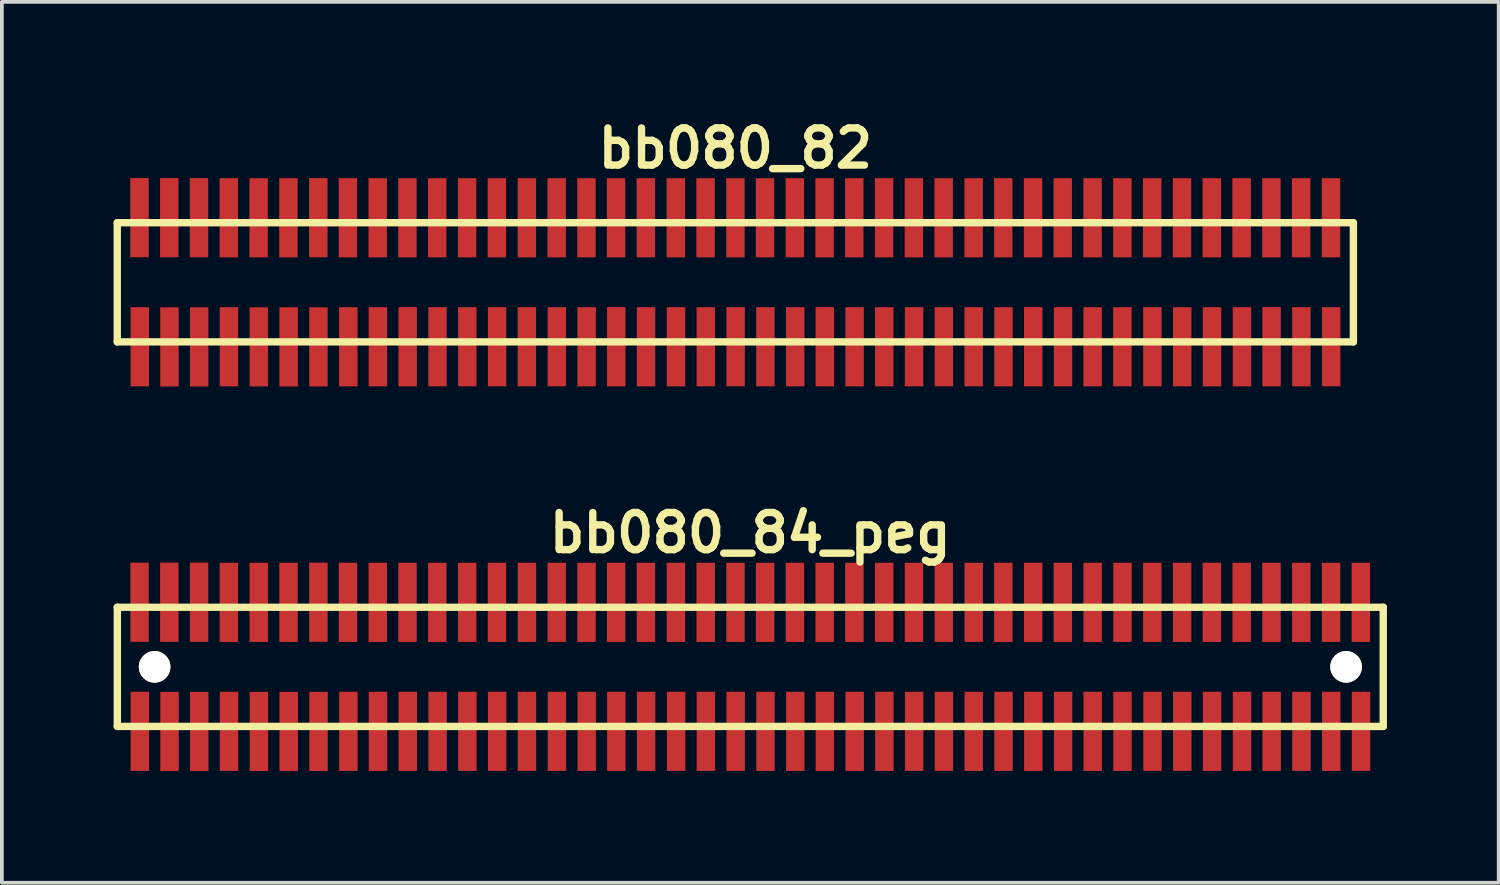
<source format=kicad_pcb>
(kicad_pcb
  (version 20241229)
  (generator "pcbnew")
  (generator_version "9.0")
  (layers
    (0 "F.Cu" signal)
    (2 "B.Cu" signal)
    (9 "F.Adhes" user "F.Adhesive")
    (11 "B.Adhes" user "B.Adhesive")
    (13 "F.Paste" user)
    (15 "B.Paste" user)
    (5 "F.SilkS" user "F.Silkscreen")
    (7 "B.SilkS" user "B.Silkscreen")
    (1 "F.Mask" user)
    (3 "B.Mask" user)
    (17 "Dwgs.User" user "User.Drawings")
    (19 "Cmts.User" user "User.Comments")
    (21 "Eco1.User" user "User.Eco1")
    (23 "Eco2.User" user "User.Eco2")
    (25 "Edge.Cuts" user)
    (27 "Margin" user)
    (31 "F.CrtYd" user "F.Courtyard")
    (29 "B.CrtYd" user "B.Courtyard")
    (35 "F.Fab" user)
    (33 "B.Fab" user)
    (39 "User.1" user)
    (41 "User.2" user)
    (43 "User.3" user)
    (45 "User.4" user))
  (footprint "bb080_84_peg"
    (layer "F.Cu")
    (at 17.099 14.859)
    (property "Reference" "bb080_84_peg" (at 0 -3.599 0) (layer "F.SilkS") (effects (font (size 0.998 0.998) (thickness 0.198))))
    (attr through_hole)
    (fp_line (start -17 -1.6) (end 17 -1.6) (stroke (width 0.198) (type solid)) (layer "F.SilkS"))
    (fp_line (start -16.998 -1.6) (end -16.998 1.6) (stroke (width 0.198) (type solid)) (layer "F.SilkS"))
    (fp_line (start 17 1.6) (end -17 1.6) (stroke (width 0.198) (type solid)) (layer "F.SilkS"))
    (fp_line (start 17 1.6) (end 17 -1.6) (stroke (width 0.198) (type solid)) (layer "F.SilkS"))
    (pad "" np_thru_hole circle (at -15.997 0) (size 0.848 0.848) (drill 0.848) (layers "*.Cu" "*.Mask" "F.SilkS"))
    (pad "" np_thru_hole circle (at 16.002 0) (size 0.848 0.848) (drill 0.848) (layers "*.Cu" "*.Mask" "F.SilkS"))
    (pad "1" smd rect (at -16.393 1.732) (size 0.495 2.126) (layers "F.Cu" "F.Mask" "F.Paste"))
    (pad "2" smd rect (at -16.401 -1.735) (size 0.495 2.126) (layers "F.Cu" "F.Mask" "F.Paste"))
    (pad "3" smd rect (at -15.596 1.735) (size 0.495 2.126) (layers "F.Cu" "F.Mask" "F.Paste"))
    (pad "4" smd rect (at -15.601 -1.735) (size 0.495 2.126) (layers "F.Cu" "F.Mask" "F.Paste"))
    (pad "5" smd rect (at -14.798 1.735) (size 0.495 2.126) (layers "F.Cu" "F.Mask" "F.Paste"))
    (pad "6" smd rect (at -14.803 -1.735) (size 0.495 2.126) (layers "F.Cu" "F.Mask" "F.Paste"))
    (pad "7" smd rect (at -13.998 1.732) (size 0.495 2.126) (layers "F.Cu" "F.Mask" "F.Paste"))
    (pad "8" smd rect (at -14.003 -1.732) (size 0.495 2.126) (layers "F.Cu" "F.Mask" "F.Paste"))
    (pad "9" smd rect (at -13.195 1.735) (size 0.495 2.126) (layers "F.Cu" "F.Mask" "F.Paste"))
    (pad "10" smd rect (at -13.2 -1.732) (size 0.495 2.126) (layers "F.Cu" "F.Mask" "F.Paste"))
    (pad "11" smd rect (at -12.395 1.735) (size 0.495 2.126) (layers "F.Cu" "F.Mask" "F.Paste"))
    (pad "12" smd rect (at -12.4 -1.732) (size 0.495 2.126) (layers "F.Cu" "F.Mask" "F.Paste"))
    (pad "13" smd rect (at -11.595 1.735) (size 0.495 2.126) (layers "F.Cu" "F.Mask" "F.Paste"))
    (pad "14" smd rect (at -11.598 -1.735) (size 0.495 2.126) (layers "F.Cu" "F.Mask" "F.Paste"))
    (pad "15" smd rect (at -10.792 1.732) (size 0.495 2.126) (layers "F.Cu" "F.Mask" "F.Paste"))
    (pad "16" smd rect (at -10.803 -1.732) (size 0.495 2.126) (layers "F.Cu" "F.Mask" "F.Paste"))
    (pad "17" smd rect (at -9.997 1.732) (size 0.495 2.126) (layers "F.Cu" "F.Mask" "F.Paste"))
    (pad "18" smd rect (at -10.003 -1.732) (size 0.495 2.126) (layers "F.Cu" "F.Mask" "F.Paste"))
    (pad "19" smd rect (at -9.197 1.732) (size 0.495 2.126) (layers "F.Cu" "F.Mask" "F.Paste"))
    (pad "20" smd rect (at -9.205 -1.732) (size 0.495 2.126) (layers "F.Cu" "F.Mask" "F.Paste"))
    (pad "21" smd rect (at -8.397 1.732) (size 0.495 2.126) (layers "F.Cu" "F.Mask" "F.Paste"))
    (pad "22" smd rect (at -8.405 -1.732) (size 0.495 2.126) (layers "F.Cu" "F.Mask" "F.Paste"))
    (pad "23" smd rect (at -7.597 1.732) (size 0.495 2.126) (layers "F.Cu" "F.Mask" "F.Paste"))
    (pad "24" smd rect (at -7.602 -1.732) (size 0.495 2.126) (layers "F.Cu" "F.Mask" "F.Paste"))
    (pad "25" smd rect (at -6.797 1.732) (size 0.495 2.126) (layers "F.Cu" "F.Mask" "F.Paste"))
    (pad "26" smd rect (at -6.802 -1.732) (size 0.495 2.126) (layers "F.Cu" "F.Mask" "F.Paste"))
    (pad "27" smd rect (at -5.997 1.732) (size 0.495 2.126) (layers "F.Cu" "F.Mask" "F.Paste"))
    (pad "28" smd rect (at -5.997 -1.732) (size 0.495 2.126) (layers "F.Cu" "F.Mask" "F.Paste"))
    (pad "29" smd rect (at -5.192 1.732) (size 0.495 2.126) (layers "F.Cu" "F.Mask" "F.Paste"))
    (pad "30" smd rect (at -5.197 -1.732) (size 0.495 2.126) (layers "F.Cu" "F.Mask" "F.Paste"))
    (pad "31" smd rect (at -4.392 1.732) (size 0.495 2.126) (layers "F.Cu" "F.Mask" "F.Paste"))
    (pad "32" smd rect (at -4.397 -1.732) (size 0.495 2.126) (layers "F.Cu" "F.Mask" "F.Paste"))
    (pad "33" smd rect (at -3.597 1.732) (size 0.495 2.126) (layers "F.Cu" "F.Mask" "F.Paste"))
    (pad "34" smd rect (at -3.602 -1.732) (size 0.495 2.126) (layers "F.Cu" "F.Mask" "F.Paste"))
    (pad "35" smd rect (at -2.797 1.732) (size 0.495 2.126) (layers "F.Cu" "F.Mask" "F.Paste"))
    (pad "36" smd rect (at -2.802 -1.732) (size 0.495 2.126) (layers "F.Cu" "F.Mask" "F.Paste"))
    (pad "37" smd rect (at -1.991 1.732) (size 0.495 2.126) (layers "F.Cu" "F.Mask" "F.Paste"))
    (pad "38" smd rect (at -1.996 -1.732) (size 0.495 2.126) (layers "F.Cu" "F.Mask" "F.Paste"))
    (pad "39" smd rect (at -1.191 1.732) (size 0.495 2.126) (layers "F.Cu" "F.Mask" "F.Paste"))
    (pad "40" smd rect (at -1.196 -1.732) (size 0.495 2.126) (layers "F.Cu" "F.Mask" "F.Paste"))
    (pad "41" smd rect (at -0.391 1.732) (size 0.495 2.126) (layers "F.Cu" "F.Mask" "F.Paste"))
    (pad "42" smd rect (at -0.396 -1.732) (size 0.495 2.126) (layers "F.Cu" "F.Mask" "F.Paste"))
    (pad "43" smd rect (at 0.409 1.732) (size 0.495 2.126) (layers "F.Cu" "F.Mask" "F.Paste"))
    (pad "44" smd rect (at 0.399 -1.732) (size 0.495 2.126) (layers "F.Cu" "F.Mask" "F.Paste"))
    (pad "45" smd rect (at 1.209 1.732) (size 0.495 2.126) (layers "F.Cu" "F.Mask" "F.Paste"))
    (pad "46" smd rect (at 1.199 -1.732) (size 0.495 2.126) (layers "F.Cu" "F.Mask" "F.Paste"))
    (pad "47" smd rect (at 2.004 1.732) (size 0.495 2.126) (layers "F.Cu" "F.Mask" "F.Paste"))
    (pad "48" smd rect (at 1.999 -1.732) (size 0.495 2.126) (layers "F.Cu" "F.Mask" "F.Paste"))
    (pad "49" smd rect (at 2.804 1.732) (size 0.495 2.126) (layers "F.Cu" "F.Mask" "F.Paste"))
    (pad "50" smd rect (at 2.797 -1.732) (size 0.495 2.126) (layers "F.Cu" "F.Mask" "F.Paste"))
    (pad "51" smd rect (at 3.602 1.732) (size 0.495 2.126) (layers "F.Cu" "F.Mask" "F.Paste"))
    (pad "52" smd rect (at 3.597 -1.732) (size 0.495 2.126) (layers "F.Cu" "F.Mask" "F.Paste"))
    (pad "53" smd rect (at 4.402 1.732) (size 0.495 2.126) (layers "F.Cu" "F.Mask" "F.Paste"))
    (pad "54" smd rect (at 4.397 -1.732) (size 0.495 2.126) (layers "F.Cu" "F.Mask" "F.Paste"))
    (pad "55" smd rect (at 5.202 1.732) (size 0.495 2.126) (layers "F.Cu" "F.Mask" "F.Paste"))
    (pad "56" smd rect (at 5.197 -1.732) (size 0.495 2.126) (layers "F.Cu" "F.Mask" "F.Paste"))
    (pad "57" smd rect (at 6.002 1.732) (size 0.495 2.126) (layers "F.Cu" "F.Mask" "F.Paste"))
    (pad "58" smd rect (at 6.002 -1.732) (size 0.495 2.126) (layers "F.Cu" "F.Mask" "F.Paste"))
    (pad "59" smd rect (at 6.802 1.732) (size 0.495 2.126) (layers "F.Cu" "F.Mask" "F.Paste"))
    (pad "60" smd rect (at 6.797 -1.732) (size 0.495 2.126) (layers "F.Cu" "F.Mask" "F.Paste"))
    (pad "61" smd rect (at 7.602 1.732) (size 0.495 2.126) (layers "F.Cu" "F.Mask" "F.Paste"))
    (pad "62" smd rect (at 7.597 -1.732) (size 0.495 2.126) (layers "F.Cu" "F.Mask" "F.Paste"))
    (pad "63" smd rect (at 8.402 1.732) (size 0.495 2.126) (layers "F.Cu" "F.Mask" "F.Paste"))
    (pad "64" smd rect (at 8.395 -1.732) (size 0.495 2.126) (layers "F.Cu" "F.Mask" "F.Paste"))
    (pad "65" smd rect (at 9.197 1.732) (size 0.495 2.126) (layers "F.Cu" "F.Mask" "F.Paste"))
    (pad "66" smd rect (at 9.195 -1.732) (size 0.495 2.126) (layers "F.Cu" "F.Mask" "F.Paste"))
    (pad "67" smd rect (at 9.997 1.732) (size 0.495 2.126) (layers "F.Cu" "F.Mask" "F.Paste"))
    (pad "68" smd rect (at 9.997 -1.732) (size 0.495 2.126) (layers "F.Cu" "F.Mask" "F.Paste"))
    (pad "69" smd rect (at 10.803 1.732) (size 0.495 2.126) (layers "F.Cu" "F.Mask" "F.Paste"))
    (pad "70" smd rect (at 10.798 -1.732) (size 0.495 2.126) (layers "F.Cu" "F.Mask" "F.Paste"))
    (pad "71" smd rect (at 11.603 1.732) (size 0.495 2.126) (layers "F.Cu" "F.Mask" "F.Paste"))
    (pad "72" smd rect (at 11.598 -1.732) (size 0.495 2.126) (layers "F.Cu" "F.Mask" "F.Paste"))
    (pad "73" smd rect (at 12.403 1.732) (size 0.495 2.126) (layers "F.Cu" "F.Mask" "F.Paste"))
    (pad "74" smd rect (at 12.398 -1.732) (size 0.495 2.126) (layers "F.Cu" "F.Mask" "F.Paste"))
    (pad "75" smd rect (at 13.208 1.732) (size 0.495 2.126) (layers "F.Cu" "F.Mask" "F.Paste"))
    (pad "76" smd rect (at 13.198 -1.732) (size 0.495 2.126) (layers "F.Cu" "F.Mask" "F.Paste"))
    (pad "77" smd rect (at 14.003 1.732) (size 0.495 2.126) (layers "F.Cu" "F.Mask" "F.Paste"))
    (pad "78" smd rect (at 13.998 -1.732) (size 0.495 2.126) (layers "F.Cu" "F.Mask" "F.Paste"))
    (pad "79" smd rect (at 14.803 1.732) (size 0.495 2.126) (layers "F.Cu" "F.Mask" "F.Paste"))
    (pad "80" smd rect (at 14.798 -1.732) (size 0.495 2.126) (layers "F.Cu" "F.Mask" "F.Paste"))
    (pad "81" smd rect (at 15.603 1.732) (size 0.495 2.126) (layers "F.Cu" "F.Mask" "F.Paste"))
    (pad "82" smd rect (at 15.598 -1.732) (size 0.495 2.126) (layers "F.Cu" "F.Mask" "F.Paste"))
    (pad "83" smd rect (at 16.403 1.732) (size 0.495 2.126) (layers "F.Cu" "F.Mask" "F.Paste"))
    (pad "84" smd rect (at 16.398 -1.732) (size 0.495 2.126) (layers "F.Cu" "F.Mask" "F.Paste")))
  (footprint "bb080_82"
    (layer "F.Cu")
    (at 16.698 4.531)
    (property "Reference" "bb080_82" (at 0 -3.599 0) (layer "F.SilkS") (effects (font (size 0.998 0.998) (thickness 0.198))))
    (attr through_hole)
    (fp_line (start -16.599 -1.6) (end -16.599 1.6) (stroke (width 0.198) (type solid)) (layer "F.SilkS"))
    (fp_line (start -16.599 1.6) (end 16.599 1.6) (stroke (width 0.198) (type solid)) (layer "F.SilkS"))
    (fp_line (start 16.599 -1.6) (end -16.599 -1.6) (stroke (width 0.198) (type solid)) (layer "F.SilkS"))
    (fp_line (start 16.599 1.6) (end 16.599 -1.6) (stroke (width 0.198) (type solid)) (layer "F.SilkS"))
    (pad "1" smd rect (at -15.994 1.732) (size 0.495 2.126) (layers "F.Cu" "F.Mask" "F.Paste"))
    (pad "2" smd rect (at -16.002 -1.735) (size 0.495 2.126) (layers "F.Cu" "F.Mask" "F.Paste"))
    (pad "3" smd rect (at -15.197 1.735) (size 0.495 2.126) (layers "F.Cu" "F.Mask" "F.Paste"))
    (pad "4" smd rect (at -15.202 -1.735) (size 0.495 2.126) (layers "F.Cu" "F.Mask" "F.Paste"))
    (pad "5" smd rect (at -14.399 1.735) (size 0.495 2.126) (layers "F.Cu" "F.Mask" "F.Paste"))
    (pad "6" smd rect (at -14.404 -1.735) (size 0.495 2.126) (layers "F.Cu" "F.Mask" "F.Paste"))
    (pad "7" smd rect (at -13.599 1.732) (size 0.495 2.126) (layers "F.Cu" "F.Mask" "F.Paste"))
    (pad "8" smd rect (at -13.604 -1.732) (size 0.495 2.126) (layers "F.Cu" "F.Mask" "F.Paste"))
    (pad "9" smd rect (at -12.797 1.735) (size 0.495 2.126) (layers "F.Cu" "F.Mask" "F.Paste"))
    (pad "10" smd rect (at -12.802 -1.732) (size 0.495 2.126) (layers "F.Cu" "F.Mask" "F.Paste"))
    (pad "11" smd rect (at -11.996 1.735) (size 0.495 2.126) (layers "F.Cu" "F.Mask" "F.Paste"))
    (pad "12" smd rect (at -12.002 -1.732) (size 0.495 2.126) (layers "F.Cu" "F.Mask" "F.Paste"))
    (pad "13" smd rect (at -11.196 1.735) (size 0.495 2.126) (layers "F.Cu" "F.Mask" "F.Paste"))
    (pad "14" smd rect (at -11.199 -1.735) (size 0.495 2.126) (layers "F.Cu" "F.Mask" "F.Paste"))
    (pad "15" smd rect (at -10.394 1.732) (size 0.495 2.126) (layers "F.Cu" "F.Mask" "F.Paste"))
    (pad "16" smd rect (at -10.404 -1.732) (size 0.495 2.126) (layers "F.Cu" "F.Mask" "F.Paste"))
    (pad "17" smd rect (at -9.599 1.732) (size 0.495 2.126) (layers "F.Cu" "F.Mask" "F.Paste"))
    (pad "18" smd rect (at -9.604 -1.732) (size 0.495 2.126) (layers "F.Cu" "F.Mask" "F.Paste"))
    (pad "19" smd rect (at -8.799 1.732) (size 0.495 2.126) (layers "F.Cu" "F.Mask" "F.Paste"))
    (pad "20" smd rect (at -8.806 -1.732) (size 0.495 2.126) (layers "F.Cu" "F.Mask" "F.Paste"))
    (pad "21" smd rect (at -7.998 1.732) (size 0.495 2.126) (layers "F.Cu" "F.Mask" "F.Paste"))
    (pad "22" smd rect (at -8.006 -1.732) (size 0.495 2.126) (layers "F.Cu" "F.Mask" "F.Paste"))
    (pad "23" smd rect (at -7.198 1.732) (size 0.495 2.126) (layers "F.Cu" "F.Mask" "F.Paste"))
    (pad "24" smd rect (at -7.203 -1.732) (size 0.495 2.126) (layers "F.Cu" "F.Mask" "F.Paste"))
    (pad "25" smd rect (at -6.398 1.732) (size 0.495 2.126) (layers "F.Cu" "F.Mask" "F.Paste"))
    (pad "26" smd rect (at -6.403 -1.732) (size 0.495 2.126) (layers "F.Cu" "F.Mask" "F.Paste"))
    (pad "27" smd rect (at -5.598 1.732) (size 0.495 2.126) (layers "F.Cu" "F.Mask" "F.Paste"))
    (pad "28" smd rect (at -5.598 -1.732) (size 0.495 2.126) (layers "F.Cu" "F.Mask" "F.Paste"))
    (pad "29" smd rect (at -4.793 1.732) (size 0.495 2.126) (layers "F.Cu" "F.Mask" "F.Paste"))
    (pad "30" smd rect (at -4.798 -1.732) (size 0.495 2.126) (layers "F.Cu" "F.Mask" "F.Paste"))
    (pad "31" smd rect (at -3.993 1.732) (size 0.495 2.126) (layers "F.Cu" "F.Mask" "F.Paste"))
    (pad "32" smd rect (at -3.998 -1.732) (size 0.495 2.126) (layers "F.Cu" "F.Mask" "F.Paste"))
    (pad "33" smd rect (at -3.198 1.732) (size 0.495 2.126) (layers "F.Cu" "F.Mask" "F.Paste"))
    (pad "34" smd rect (at -3.203 -1.732) (size 0.495 2.126) (layers "F.Cu" "F.Mask" "F.Paste"))
    (pad "35" smd rect (at -2.398 1.732) (size 0.495 2.126) (layers "F.Cu" "F.Mask" "F.Paste"))
    (pad "36" smd rect (at -2.403 -1.732) (size 0.495 2.126) (layers "F.Cu" "F.Mask" "F.Paste"))
    (pad "37" smd rect (at -1.593 1.732) (size 0.495 2.126) (layers "F.Cu" "F.Mask" "F.Paste"))
    (pad "38" smd rect (at -1.598 -1.732) (size 0.495 2.126) (layers "F.Cu" "F.Mask" "F.Paste"))
    (pad "39" smd rect (at -0.792 1.732) (size 0.495 2.126) (layers "F.Cu" "F.Mask" "F.Paste"))
    (pad "40" smd rect (at -0.798 -1.732) (size 0.495 2.126) (layers "F.Cu" "F.Mask" "F.Paste"))
    (pad "41" smd rect (at 0.008 1.732) (size 0.495 2.126) (layers "F.Cu" "F.Mask" "F.Paste"))
    (pad "42" smd rect (at 0.003 -1.732) (size 0.495 2.126) (layers "F.Cu" "F.Mask" "F.Paste"))
    (pad "43" smd rect (at 0.808 1.732) (size 0.495 2.126) (layers "F.Cu" "F.Mask" "F.Paste"))
    (pad "44" smd rect (at 0.798 -1.732) (size 0.495 2.126) (layers "F.Cu" "F.Mask" "F.Paste"))
    (pad "45" smd rect (at 1.608 1.732) (size 0.495 2.126) (layers "F.Cu" "F.Mask" "F.Paste"))
    (pad "46" smd rect (at 1.598 -1.732) (size 0.495 2.126) (layers "F.Cu" "F.Mask" "F.Paste"))
    (pad "47" smd rect (at 2.403 1.732) (size 0.495 2.126) (layers "F.Cu" "F.Mask" "F.Paste"))
    (pad "48" smd rect (at 2.398 -1.732) (size 0.495 2.126) (layers "F.Cu" "F.Mask" "F.Paste"))
    (pad "49" smd rect (at 3.203 1.732) (size 0.495 2.126) (layers "F.Cu" "F.Mask" "F.Paste"))
    (pad "50" smd rect (at 3.195 -1.732) (size 0.495 2.126) (layers "F.Cu" "F.Mask" "F.Paste"))
    (pad "51" smd rect (at 4 1.732) (size 0.495 2.126) (layers "F.Cu" "F.Mask" "F.Paste"))
    (pad "52" smd rect (at 3.995 -1.732) (size 0.495 2.126) (layers "F.Cu" "F.Mask" "F.Paste"))
    (pad "53" smd rect (at 4.801 1.732) (size 0.495 2.126) (layers "F.Cu" "F.Mask" "F.Paste"))
    (pad "54" smd rect (at 4.796 -1.732) (size 0.495 2.126) (layers "F.Cu" "F.Mask" "F.Paste"))
    (pad "55" smd rect (at 5.601 1.732) (size 0.495 2.126) (layers "F.Cu" "F.Mask" "F.Paste"))
    (pad "56" smd rect (at 5.596 -1.732) (size 0.495 2.126) (layers "F.Cu" "F.Mask" "F.Paste"))
    (pad "57" smd rect (at 6.401 1.732) (size 0.495 2.126) (layers "F.Cu" "F.Mask" "F.Paste"))
    (pad "58" smd rect (at 6.401 -1.732) (size 0.495 2.126) (layers "F.Cu" "F.Mask" "F.Paste"))
    (pad "59" smd rect (at 7.201 1.732) (size 0.495 2.126) (layers "F.Cu" "F.Mask" "F.Paste"))
    (pad "60" smd rect (at 7.196 -1.732) (size 0.495 2.126) (layers "F.Cu" "F.Mask" "F.Paste"))
    (pad "61" smd rect (at 8.001 1.732) (size 0.495 2.126) (layers "F.Cu" "F.Mask" "F.Paste"))
    (pad "62" smd rect (at 7.996 -1.732) (size 0.495 2.126) (layers "F.Cu" "F.Mask" "F.Paste"))
    (pad "63" smd rect (at 8.801 1.732) (size 0.495 2.126) (layers "F.Cu" "F.Mask" "F.Paste"))
    (pad "64" smd rect (at 8.793 -1.732) (size 0.495 2.126) (layers "F.Cu" "F.Mask" "F.Paste"))
    (pad "65" smd rect (at 9.596 1.732) (size 0.495 2.126) (layers "F.Cu" "F.Mask" "F.Paste"))
    (pad "66" smd rect (at 9.594 -1.732) (size 0.495 2.126) (layers "F.Cu" "F.Mask" "F.Paste"))
    (pad "67" smd rect (at 10.396 1.732) (size 0.495 2.126) (layers "F.Cu" "F.Mask" "F.Paste"))
    (pad "68" smd rect (at 10.396 -1.732) (size 0.495 2.126) (layers "F.Cu" "F.Mask" "F.Paste"))
    (pad "69" smd rect (at 11.201 1.732) (size 0.495 2.126) (layers "F.Cu" "F.Mask" "F.Paste"))
    (pad "70" smd rect (at 11.196 -1.732) (size 0.495 2.126) (layers "F.Cu" "F.Mask" "F.Paste"))
    (pad "71" smd rect (at 12.002 1.732) (size 0.495 2.126) (layers "F.Cu" "F.Mask" "F.Paste"))
    (pad "72" smd rect (at 11.996 -1.732) (size 0.495 2.126) (layers "F.Cu" "F.Mask" "F.Paste"))
    (pad "73" smd rect (at 12.802 1.732) (size 0.495 2.126) (layers "F.Cu" "F.Mask" "F.Paste"))
    (pad "74" smd rect (at 12.797 -1.732) (size 0.495 2.126) (layers "F.Cu" "F.Mask" "F.Paste"))
    (pad "75" smd rect (at 13.607 1.732) (size 0.495 2.126) (layers "F.Cu" "F.Mask" "F.Paste"))
    (pad "76" smd rect (at 13.597 -1.732) (size 0.495 2.126) (layers "F.Cu" "F.Mask" "F.Paste"))
    (pad "77" smd rect (at 14.402 1.732) (size 0.495 2.126) (layers "F.Cu" "F.Mask" "F.Paste"))
    (pad "78" smd rect (at 14.397 -1.732) (size 0.495 2.126) (layers "F.Cu" "F.Mask" "F.Paste"))
    (pad "79" smd rect (at 15.202 1.732) (size 0.495 2.126) (layers "F.Cu" "F.Mask" "F.Paste"))
    (pad "80" smd rect (at 15.197 -1.732) (size 0.495 2.126) (layers "F.Cu" "F.Mask" "F.Paste"))
    (pad "81" smd rect (at 16.002 1.732) (size 0.495 2.126) (layers "F.Cu" "F.Mask" "F.Paste"))
    (pad "82" smd rect (at 15.997 -1.732) (size 0.495 2.126) (layers "F.Cu" "F.Mask" "F.Paste")))
  (gr_rect
    (start -3 -3)
    (end 37.199 20.657)
    (stroke (width 0.1) (type default))
    (fill no)
    (layer "Edge.Cuts")))
</source>
